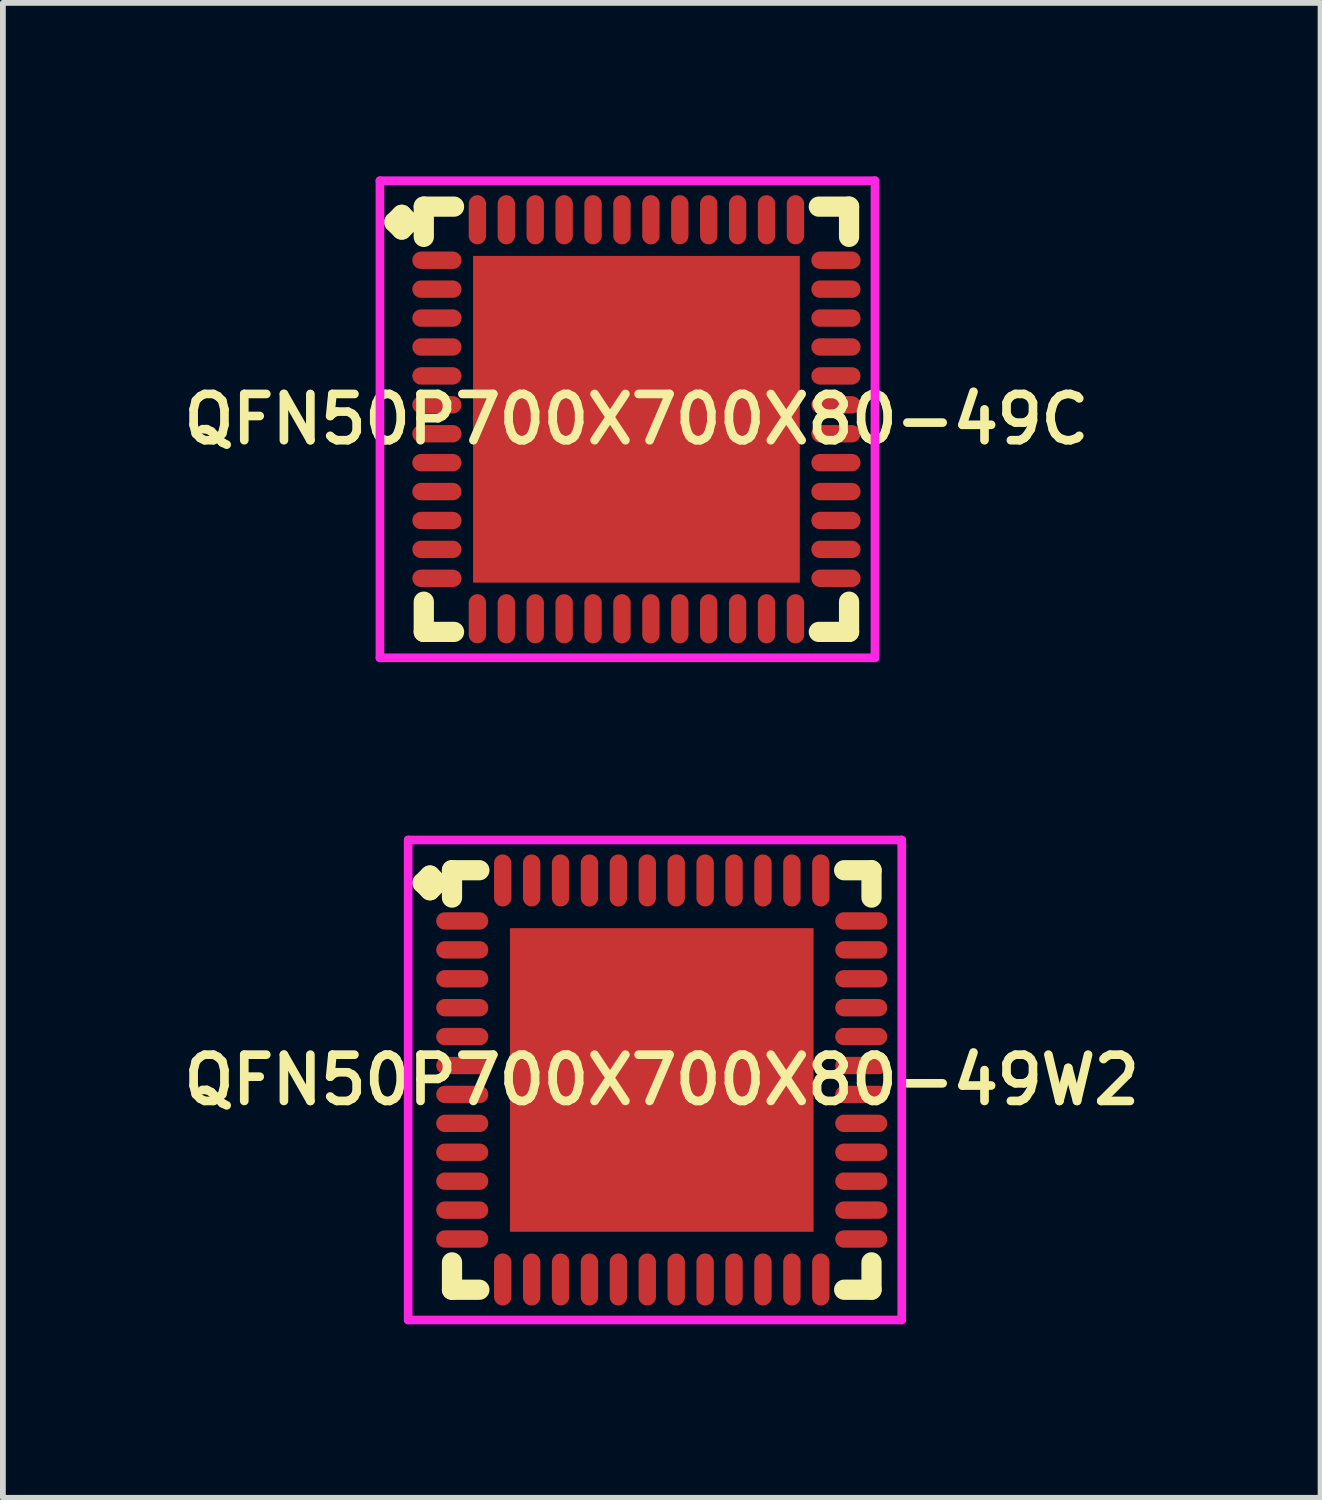
<source format=kicad_pcb>
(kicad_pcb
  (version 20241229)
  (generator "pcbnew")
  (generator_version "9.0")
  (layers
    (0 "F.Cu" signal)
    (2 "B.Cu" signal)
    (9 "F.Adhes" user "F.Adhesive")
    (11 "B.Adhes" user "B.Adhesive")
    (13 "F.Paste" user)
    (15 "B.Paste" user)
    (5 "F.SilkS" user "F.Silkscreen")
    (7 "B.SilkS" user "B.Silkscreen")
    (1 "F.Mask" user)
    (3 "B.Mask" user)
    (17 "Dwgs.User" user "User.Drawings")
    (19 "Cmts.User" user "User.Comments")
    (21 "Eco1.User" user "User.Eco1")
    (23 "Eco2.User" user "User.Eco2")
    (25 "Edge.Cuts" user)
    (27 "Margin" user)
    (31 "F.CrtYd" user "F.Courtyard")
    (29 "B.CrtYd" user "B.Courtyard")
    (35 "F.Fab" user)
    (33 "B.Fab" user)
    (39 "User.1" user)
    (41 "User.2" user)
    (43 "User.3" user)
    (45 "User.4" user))
  (footprint "QFN50P700X700X80-49W2"
    (layer "F.Cu")
    (at 8.393 15.625)
    (property "Reference" "QFN50P700X700X80-49W2" (at 0 0 0) (layer "F.SilkS") (effects (font (size 0.8 0.8) (thickness 0.15))))
    (attr smd)
    (fp_line (start -4.135 -3.408) (end -4.008 -3.535) (stroke (width 0.35) (type solid)) (layer "F.SilkS"))
    (fp_line (start -4.008 -3.535) (end -3.881 -3.408) (stroke (width 0.35) (type solid)) (layer "F.SilkS"))
    (fp_line (start -4.008 -3.281) (end -4.135 -3.408) (stroke (width 0.35) (type solid)) (layer "F.SilkS"))
    (fp_line (start -3.881 -3.408) (end -4.008 -3.281) (stroke (width 0.35) (type solid)) (layer "F.SilkS"))
    (fp_line (start -3.627 -3.627) (end -3.154 -3.627) (stroke (width 0.35) (type solid)) (layer "F.SilkS"))
    (fp_line (start -3.627 -3.154) (end -3.627 -3.627) (stroke (width 0.35) (type solid)) (layer "F.SilkS"))
    (fp_line (start -3.627 3.154) (end -3.627 3.627) (stroke (width 0.35) (type solid)) (layer "F.SilkS"))
    (fp_line (start -3.627 3.627) (end -3.154 3.627) (stroke (width 0.35) (type solid)) (layer "F.SilkS"))
    (fp_line (start 3.154 -3.627) (end 3.627 -3.627) (stroke (width 0.35) (type solid)) (layer "F.SilkS"))
    (fp_line (start 3.154 3.627) (end 3.627 3.627) (stroke (width 0.35) (type solid)) (layer "F.SilkS"))
    (fp_line (start 3.627 -3.627) (end 3.627 -3.154) (stroke (width 0.35) (type solid)) (layer "F.SilkS"))
    (fp_line (start 3.627 3.627) (end 3.627 3.154) (stroke (width 0.35) (type solid)) (layer "F.SilkS"))
    (fp_line (start -4.385 -4.15) (end 4.15 -4.15) (stroke (width 0.15) (type solid)) (layer "F.CrtYd"))
    (fp_line (start -4.385 4.15) (end -4.385 -4.15) (stroke (width 0.15) (type solid)) (layer "F.CrtYd"))
    (fp_line (start 4.15 -4.15) (end 4.15 4.15) (stroke (width 0.15) (type solid)) (layer "F.CrtYd"))
    (fp_line (start 4.15 4.15) (end -4.385 4.15) (stroke (width 0.15) (type solid)) (layer "F.CrtYd"))
    (pad "1" smd oval (at -3.45 -2.75) (size 0.9 0.3) (layers "F.Cu" "F.Mask" "F.Paste"))
    (pad "2" smd oval (at -3.45 -2.25) (size 0.9 0.3) (layers "F.Cu" "F.Mask" "F.Paste"))
    (pad "3" smd oval (at -3.45 -1.75) (size 0.9 0.3) (layers "F.Cu" "F.Mask" "F.Paste"))
    (pad "4" smd oval (at -3.45 -1.25) (size 0.9 0.3) (layers "F.Cu" "F.Mask" "F.Paste"))
    (pad "5" smd oval (at -3.45 -0.75) (size 0.9 0.3) (layers "F.Cu" "F.Mask" "F.Paste"))
    (pad "6" smd oval (at -3.45 -0.25) (size 0.9 0.3) (layers "F.Cu" "F.Mask" "F.Paste"))
    (pad "7" smd oval (at -3.45 0.25) (size 0.9 0.3) (layers "F.Cu" "F.Mask" "F.Paste"))
    (pad "8" smd oval (at -3.45 0.75) (size 0.9 0.3) (layers "F.Cu" "F.Mask" "F.Paste"))
    (pad "9" smd oval (at -3.45 1.25) (size 0.9 0.3) (layers "F.Cu" "F.Mask" "F.Paste"))
    (pad "10" smd oval (at -3.45 1.75) (size 0.9 0.3) (layers "F.Cu" "F.Mask" "F.Paste"))
    (pad "11" smd oval (at -3.45 2.25) (size 0.9 0.3) (layers "F.Cu" "F.Mask" "F.Paste"))
    (pad "12" smd oval (at -3.45 2.75) (size 0.9 0.3) (layers "F.Cu" "F.Mask" "F.Paste"))
    (pad "13" smd oval (at -2.75 3.45) (size 0.3 0.9) (layers "F.Cu" "F.Mask" "F.Paste"))
    (pad "14" smd oval (at -2.25 3.45) (size 0.3 0.9) (layers "F.Cu" "F.Mask" "F.Paste"))
    (pad "15" smd oval (at -1.75 3.45) (size 0.3 0.9) (layers "F.Cu" "F.Mask" "F.Paste"))
    (pad "16" smd oval (at -1.25 3.45) (size 0.3 0.9) (layers "F.Cu" "F.Mask" "F.Paste"))
    (pad "17" smd oval (at -0.75 3.45) (size 0.3 0.9) (layers "F.Cu" "F.Mask" "F.Paste"))
    (pad "18" smd oval (at -0.25 3.45) (size 0.3 0.9) (layers "F.Cu" "F.Mask" "F.Paste"))
    (pad "19" smd oval (at 0.25 3.45) (size 0.3 0.9) (layers "F.Cu" "F.Mask" "F.Paste"))
    (pad "20" smd oval (at 0.75 3.45) (size 0.3 0.9) (layers "F.Cu" "F.Mask" "F.Paste"))
    (pad "21" smd oval (at 1.25 3.45) (size 0.3 0.9) (layers "F.Cu" "F.Mask" "F.Paste"))
    (pad "22" smd oval (at 1.75 3.45) (size 0.3 0.9) (layers "F.Cu" "F.Mask" "F.Paste"))
    (pad "23" smd oval (at 2.25 3.45) (size 0.3 0.9) (layers "F.Cu" "F.Mask" "F.Paste"))
    (pad "24" smd oval (at 2.75 3.45) (size 0.3 0.9) (layers "F.Cu" "F.Mask" "F.Paste"))
    (pad "25" smd oval (at 3.45 2.75) (size 0.9 0.3) (layers "F.Cu" "F.Mask" "F.Paste"))
    (pad "26" smd oval (at 3.45 2.25) (size 0.9 0.3) (layers "F.Cu" "F.Mask" "F.Paste"))
    (pad "27" smd oval (at 3.45 1.75) (size 0.9 0.3) (layers "F.Cu" "F.Mask" "F.Paste"))
    (pad "28" smd oval (at 3.45 1.25) (size 0.9 0.3) (layers "F.Cu" "F.Mask" "F.Paste"))
    (pad "29" smd oval (at 3.45 0.75) (size 0.9 0.3) (layers "F.Cu" "F.Mask" "F.Paste"))
    (pad "30" smd oval (at 3.45 0.25) (size 0.9 0.3) (layers "F.Cu" "F.Mask" "F.Paste"))
    (pad "31" smd oval (at 3.45 -0.25) (size 0.9 0.3) (layers "F.Cu" "F.Mask" "F.Paste"))
    (pad "32" smd oval (at 3.45 -0.75) (size 0.9 0.3) (layers "F.Cu" "F.Mask" "F.Paste"))
    (pad "33" smd oval (at 3.45 -1.25) (size 0.9 0.3) (layers "F.Cu" "F.Mask" "F.Paste"))
    (pad "34" smd oval (at 3.45 -1.75) (size 0.9 0.3) (layers "F.Cu" "F.Mask" "F.Paste"))
    (pad "35" smd oval (at 3.45 -2.25) (size 0.9 0.3) (layers "F.Cu" "F.Mask" "F.Paste"))
    (pad "36" smd oval (at 3.45 -2.75) (size 0.9 0.3) (layers "F.Cu" "F.Mask" "F.Paste"))
    (pad "37" smd oval (at 2.75 -3.45) (size 0.3 0.9) (layers "F.Cu" "F.Mask" "F.Paste"))
    (pad "38" smd oval (at 2.25 -3.45) (size 0.3 0.9) (layers "F.Cu" "F.Mask" "F.Paste"))
    (pad "39" smd oval (at 1.75 -3.45) (size 0.3 0.9) (layers "F.Cu" "F.Mask" "F.Paste"))
    (pad "40" smd oval (at 1.25 -3.45) (size 0.3 0.9) (layers "F.Cu" "F.Mask" "F.Paste"))
    (pad "41" smd oval (at 0.75 -3.45) (size 0.3 0.9) (layers "F.Cu" "F.Mask" "F.Paste"))
    (pad "42" smd oval (at 0.25 -3.45) (size 0.3 0.9) (layers "F.Cu" "F.Mask" "F.Paste"))
    (pad "43" smd oval (at -0.25 -3.45) (size 0.3 0.9) (layers "F.Cu" "F.Mask" "F.Paste"))
    (pad "44" smd oval (at -0.75 -3.45) (size 0.3 0.9) (layers "F.Cu" "F.Mask" "F.Paste"))
    (pad "45" smd oval (at -1.25 -3.45) (size 0.3 0.9) (layers "F.Cu" "F.Mask" "F.Paste"))
    (pad "46" smd oval (at -1.75 -3.45) (size 0.3 0.9) (layers "F.Cu" "F.Mask" "F.Paste"))
    (pad "47" smd oval (at -2.25 -3.45) (size 0.3 0.9) (layers "F.Cu" "F.Mask" "F.Paste"))
    (pad "48" smd oval (at -2.75 -3.45) (size 0.3 0.9) (layers "F.Cu" "F.Mask" "F.Paste"))
    (pad "49" smd rect (at 0 0) (size 5.25 5.25) (layers "F.Cu" "F.Mask" "F.Paste")))
  (footprint "QFN50P700X700X80-49C"
    (layer "F.Cu")
    (at 7.955 4.2)
    (property "Reference" "QFN50P700X700X80-49C" (at 0 0 0) (layer "F.SilkS") (effects (font (size 0.8 0.8) (thickness 0.15))))
    (attr smd)
    (fp_line (start -4.185 -3.408) (end -4.058 -3.535) (stroke (width 0.35) (type solid)) (layer "F.SilkS"))
    (fp_line (start -4.058 -3.535) (end -3.931 -3.408) (stroke (width 0.35) (type solid)) (layer "F.SilkS"))
    (fp_line (start -4.058 -3.281) (end -4.185 -3.408) (stroke (width 0.35) (type solid)) (layer "F.SilkS"))
    (fp_line (start -3.931 -3.408) (end -4.058 -3.281) (stroke (width 0.35) (type solid)) (layer "F.SilkS"))
    (fp_line (start -3.677 -3.677) (end -3.154 -3.677) (stroke (width 0.35) (type solid)) (layer "F.SilkS"))
    (fp_line (start -3.677 -3.154) (end -3.677 -3.677) (stroke (width 0.35) (type solid)) (layer "F.SilkS"))
    (fp_line (start -3.677 3.154) (end -3.677 3.677) (stroke (width 0.35) (type solid)) (layer "F.SilkS"))
    (fp_line (start -3.677 3.677) (end -3.154 3.677) (stroke (width 0.35) (type solid)) (layer "F.SilkS"))
    (fp_line (start 3.154 -3.677) (end 3.677 -3.677) (stroke (width 0.35) (type solid)) (layer "F.SilkS"))
    (fp_line (start 3.154 3.677) (end 3.677 3.677) (stroke (width 0.35) (type solid)) (layer "F.SilkS"))
    (fp_line (start 3.677 -3.677) (end 3.677 -3.154) (stroke (width 0.35) (type solid)) (layer "F.SilkS"))
    (fp_line (start 3.677 3.677) (end 3.677 3.154) (stroke (width 0.35) (type solid)) (layer "F.SilkS"))
    (fp_line (start -4.435 -4.125) (end 4.125 -4.125) (stroke (width 0.15) (type solid)) (layer "F.CrtYd"))
    (fp_line (start -4.435 4.125) (end -4.435 -4.125) (stroke (width 0.15) (type solid)) (layer "F.CrtYd"))
    (fp_line (start 4.125 -4.125) (end 4.125 4.125) (stroke (width 0.15) (type solid)) (layer "F.CrtYd"))
    (fp_line (start 4.125 4.125) (end -4.435 4.125) (stroke (width 0.15) (type solid)) (layer "F.CrtYd"))
    (pad "1" smd oval (at -3.45 -2.75) (size 0.85 0.3) (layers "F.Cu" "F.Mask" "F.Paste"))
    (pad "2" smd oval (at -3.45 -2.25) (size 0.85 0.3) (layers "F.Cu" "F.Mask" "F.Paste"))
    (pad "3" smd oval (at -3.45 -1.75) (size 0.85 0.3) (layers "F.Cu" "F.Mask" "F.Paste"))
    (pad "4" smd oval (at -3.45 -1.25) (size 0.85 0.3) (layers "F.Cu" "F.Mask" "F.Paste"))
    (pad "5" smd oval (at -3.45 -0.75) (size 0.85 0.3) (layers "F.Cu" "F.Mask" "F.Paste"))
    (pad "6" smd oval (at -3.45 -0.25) (size 0.85 0.3) (layers "F.Cu" "F.Mask" "F.Paste"))
    (pad "7" smd oval (at -3.45 0.25) (size 0.85 0.3) (layers "F.Cu" "F.Mask" "F.Paste"))
    (pad "8" smd oval (at -3.45 0.75) (size 0.85 0.3) (layers "F.Cu" "F.Mask" "F.Paste"))
    (pad "9" smd oval (at -3.45 1.25) (size 0.85 0.3) (layers "F.Cu" "F.Mask" "F.Paste"))
    (pad "10" smd oval (at -3.45 1.75) (size 0.85 0.3) (layers "F.Cu" "F.Mask" "F.Paste"))
    (pad "11" smd oval (at -3.45 2.25) (size 0.85 0.3) (layers "F.Cu" "F.Mask" "F.Paste"))
    (pad "12" smd oval (at -3.45 2.75) (size 0.85 0.3) (layers "F.Cu" "F.Mask" "F.Paste"))
    (pad "13" smd oval (at -2.75 3.45) (size 0.3 0.85) (layers "F.Cu" "F.Mask" "F.Paste"))
    (pad "14" smd oval (at -2.25 3.45) (size 0.3 0.85) (layers "F.Cu" "F.Mask" "F.Paste"))
    (pad "15" smd oval (at -1.75 3.45) (size 0.3 0.85) (layers "F.Cu" "F.Mask" "F.Paste"))
    (pad "16" smd oval (at -1.25 3.45) (size 0.3 0.85) (layers "F.Cu" "F.Mask" "F.Paste"))
    (pad "17" smd oval (at -0.75 3.45) (size 0.3 0.85) (layers "F.Cu" "F.Mask" "F.Paste"))
    (pad "18" smd oval (at -0.25 3.45) (size 0.3 0.85) (layers "F.Cu" "F.Mask" "F.Paste"))
    (pad "19" smd oval (at 0.25 3.45) (size 0.3 0.85) (layers "F.Cu" "F.Mask" "F.Paste"))
    (pad "20" smd oval (at 0.75 3.45) (size 0.3 0.85) (layers "F.Cu" "F.Mask" "F.Paste"))
    (pad "21" smd oval (at 1.25 3.45) (size 0.3 0.85) (layers "F.Cu" "F.Mask" "F.Paste"))
    (pad "22" smd oval (at 1.75 3.45) (size 0.3 0.85) (layers "F.Cu" "F.Mask" "F.Paste"))
    (pad "23" smd oval (at 2.25 3.45) (size 0.3 0.85) (layers "F.Cu" "F.Mask" "F.Paste"))
    (pad "24" smd oval (at 2.75 3.45) (size 0.3 0.85) (layers "F.Cu" "F.Mask" "F.Paste"))
    (pad "25" smd oval (at 3.45 2.75) (size 0.85 0.3) (layers "F.Cu" "F.Mask" "F.Paste"))
    (pad "26" smd oval (at 3.45 2.25) (size 0.85 0.3) (layers "F.Cu" "F.Mask" "F.Paste"))
    (pad "27" smd oval (at 3.45 1.75) (size 0.85 0.3) (layers "F.Cu" "F.Mask" "F.Paste"))
    (pad "28" smd oval (at 3.45 1.25) (size 0.85 0.3) (layers "F.Cu" "F.Mask" "F.Paste"))
    (pad "29" smd oval (at 3.45 0.75) (size 0.85 0.3) (layers "F.Cu" "F.Mask" "F.Paste"))
    (pad "30" smd oval (at 3.45 0.25) (size 0.85 0.3) (layers "F.Cu" "F.Mask" "F.Paste"))
    (pad "31" smd oval (at 3.45 -0.25) (size 0.85 0.3) (layers "F.Cu" "F.Mask" "F.Paste"))
    (pad "32" smd oval (at 3.45 -0.75) (size 0.85 0.3) (layers "F.Cu" "F.Mask" "F.Paste"))
    (pad "33" smd oval (at 3.45 -1.25) (size 0.85 0.3) (layers "F.Cu" "F.Mask" "F.Paste"))
    (pad "34" smd oval (at 3.45 -1.75) (size 0.85 0.3) (layers "F.Cu" "F.Mask" "F.Paste"))
    (pad "35" smd oval (at 3.45 -2.25) (size 0.85 0.3) (layers "F.Cu" "F.Mask" "F.Paste"))
    (pad "36" smd oval (at 3.45 -2.75) (size 0.85 0.3) (layers "F.Cu" "F.Mask" "F.Paste"))
    (pad "37" smd oval (at 2.75 -3.45) (size 0.3 0.85) (layers "F.Cu" "F.Mask" "F.Paste"))
    (pad "38" smd oval (at 2.25 -3.45) (size 0.3 0.85) (layers "F.Cu" "F.Mask" "F.Paste"))
    (pad "39" smd oval (at 1.75 -3.45) (size 0.3 0.85) (layers "F.Cu" "F.Mask" "F.Paste"))
    (pad "40" smd oval (at 1.25 -3.45) (size 0.3 0.85) (layers "F.Cu" "F.Mask" "F.Paste"))
    (pad "41" smd oval (at 0.75 -3.45) (size 0.3 0.85) (layers "F.Cu" "F.Mask" "F.Paste"))
    (pad "42" smd oval (at 0.25 -3.45) (size 0.3 0.85) (layers "F.Cu" "F.Mask" "F.Paste"))
    (pad "43" smd oval (at -0.25 -3.45) (size 0.3 0.85) (layers "F.Cu" "F.Mask" "F.Paste"))
    (pad "44" smd oval (at -0.75 -3.45) (size 0.3 0.85) (layers "F.Cu" "F.Mask" "F.Paste"))
    (pad "45" smd oval (at -1.25 -3.45) (size 0.3 0.85) (layers "F.Cu" "F.Mask" "F.Paste"))
    (pad "46" smd oval (at -1.75 -3.45) (size 0.3 0.85) (layers "F.Cu" "F.Mask" "F.Paste"))
    (pad "47" smd oval (at -2.25 -3.45) (size 0.3 0.85) (layers "F.Cu" "F.Mask" "F.Paste"))
    (pad "48" smd oval (at -2.75 -3.45) (size 0.3 0.85) (layers "F.Cu" "F.Mask" "F.Paste"))
    (pad "49" smd rect (at 0 0) (size 5.65 5.65) (layers "F.Cu" "F.Mask" "F.Paste")))
  (gr_rect
    (start -3 -3)
    (end 19.785 22.85)
    (stroke (width 0.1) (type default))
    (fill no)
    (layer "Edge.Cuts")))
</source>
